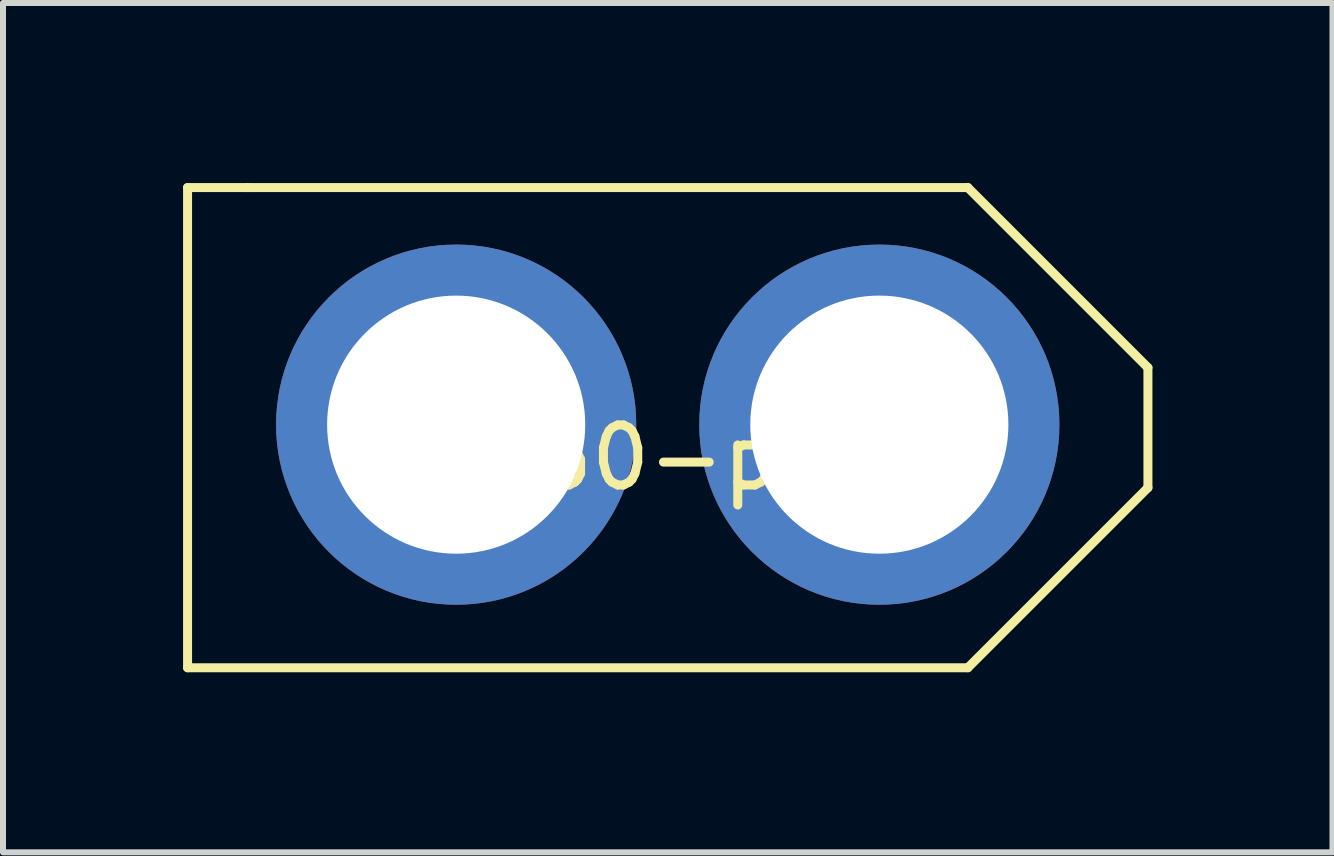
<source format=kicad_pcb>
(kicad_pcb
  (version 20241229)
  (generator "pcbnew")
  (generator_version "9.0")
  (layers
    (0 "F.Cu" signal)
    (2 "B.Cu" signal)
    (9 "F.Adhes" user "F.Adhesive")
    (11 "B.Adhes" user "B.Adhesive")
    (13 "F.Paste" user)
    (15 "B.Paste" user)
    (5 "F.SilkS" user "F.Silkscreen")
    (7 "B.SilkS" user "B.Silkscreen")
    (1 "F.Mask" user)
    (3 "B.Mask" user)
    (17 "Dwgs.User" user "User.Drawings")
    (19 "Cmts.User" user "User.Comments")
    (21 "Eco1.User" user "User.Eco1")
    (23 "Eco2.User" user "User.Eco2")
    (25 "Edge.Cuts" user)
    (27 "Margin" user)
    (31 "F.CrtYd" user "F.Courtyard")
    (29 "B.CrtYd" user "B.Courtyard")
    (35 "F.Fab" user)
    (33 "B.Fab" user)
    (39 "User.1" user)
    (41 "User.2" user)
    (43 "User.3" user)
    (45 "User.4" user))
  (footprint "xt60-pcb"
    (layer "F.Cu")
    (at 8.075 4.075)
    (property "Reference" "xt60-pcb" (at 0 0.5 0) (layer "F.SilkS") (effects (font (size 1 1) (thickness 0.15))))
    (attr through_hole)
    (fp_line (start -8 -4) (end -7 -4) (stroke (width 0.15) (type solid)) (layer "F.SilkS"))
    (fp_line (start -8 4) (end -8 -4) (stroke (width 0.15) (type solid)) (layer "F.SilkS"))
    (fp_line (start -7 -4) (end 5 -4) (stroke (width 0.15) (type solid)) (layer "F.SilkS"))
    (fp_line (start 5 -4) (end 8 -1) (stroke (width 0.15) (type solid)) (layer "F.SilkS"))
    (fp_line (start 5 4) (end -8 4) (stroke (width 0.15) (type solid)) (layer "F.SilkS"))
    (fp_line (start 8 -1) (end 8 1) (stroke (width 0.15) (type solid)) (layer "F.SilkS"))
    (fp_line (start 8 1) (end 5 4) (stroke (width 0.15) (type solid)) (layer "F.SilkS"))
    (pad "1" thru_hole circle (at -3.525 -0.05) (size 6 6) (drill 4.3) (layers "*.Cu" "*.Mask"))
    (pad "2" thru_hole circle (at 3.525 -0.05) (size 6 6) (drill 4.3) (layers "*.Cu" "*.Mask")))
  (gr_rect
    (start -3 -3)
    (end 19.15 11.15)
    (stroke (width 0.1) (type default))
    (fill no)
    (layer "Edge.Cuts")))
</source>
